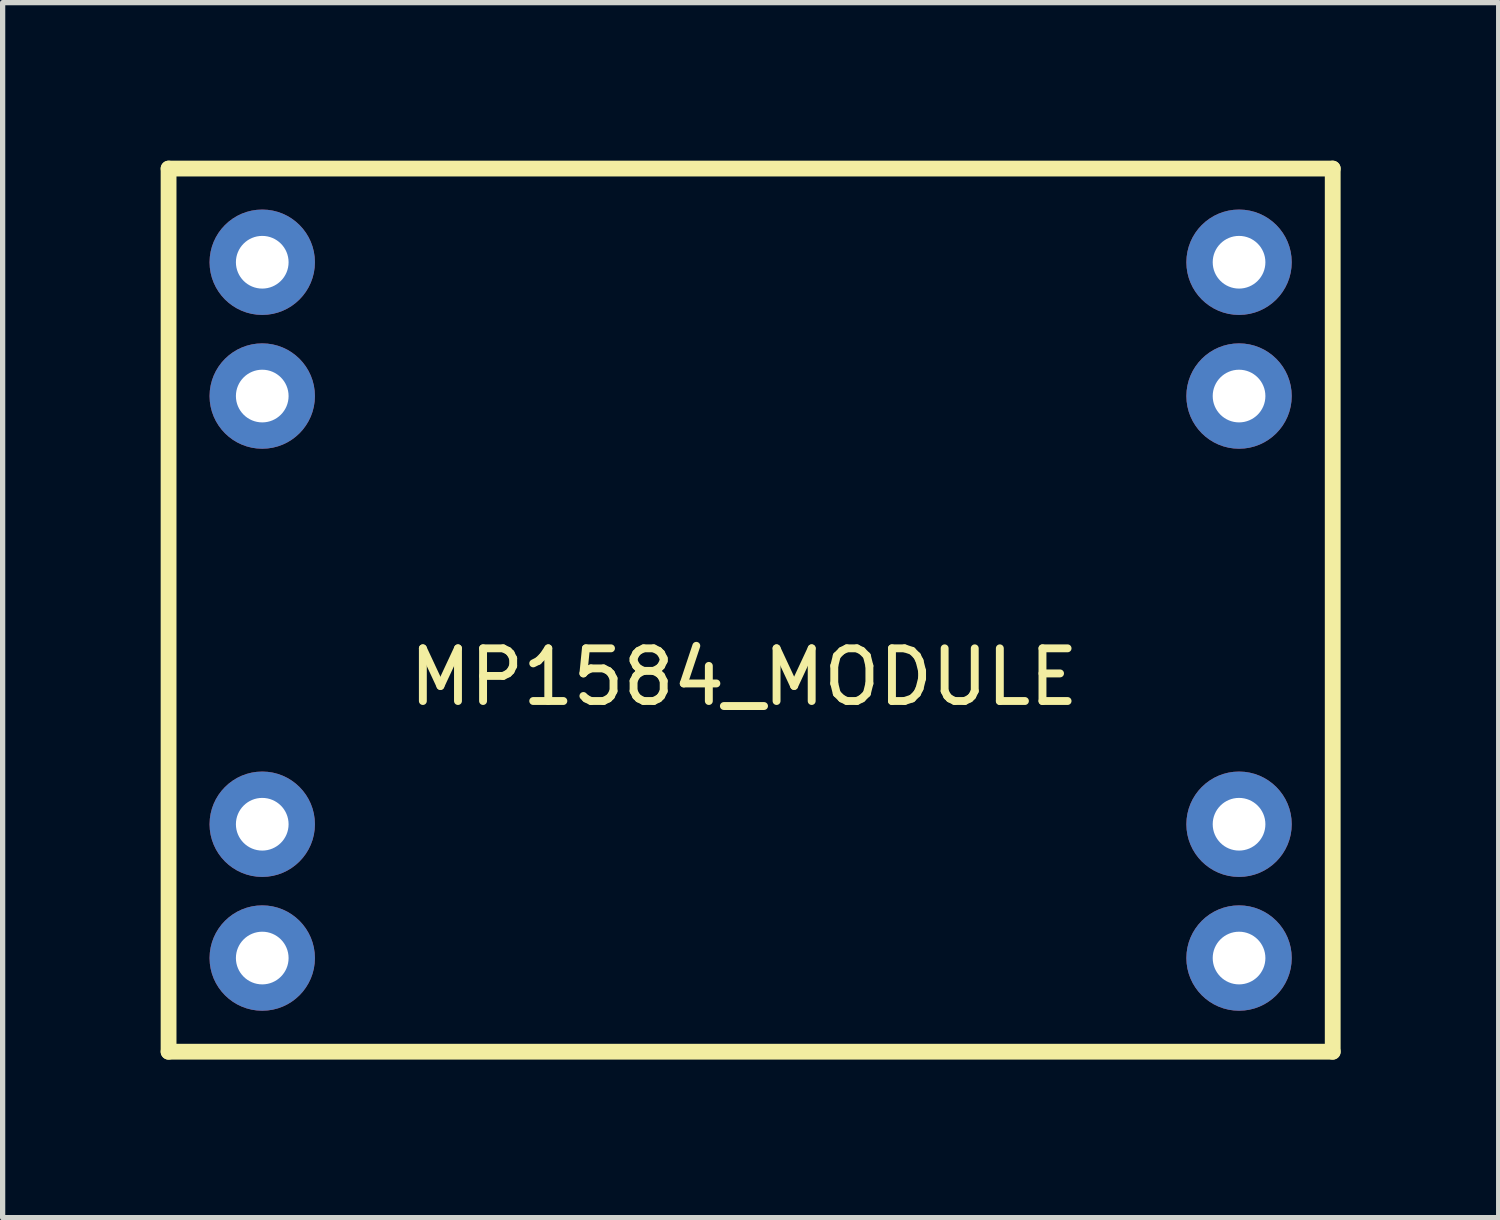
<source format=kicad_pcb>
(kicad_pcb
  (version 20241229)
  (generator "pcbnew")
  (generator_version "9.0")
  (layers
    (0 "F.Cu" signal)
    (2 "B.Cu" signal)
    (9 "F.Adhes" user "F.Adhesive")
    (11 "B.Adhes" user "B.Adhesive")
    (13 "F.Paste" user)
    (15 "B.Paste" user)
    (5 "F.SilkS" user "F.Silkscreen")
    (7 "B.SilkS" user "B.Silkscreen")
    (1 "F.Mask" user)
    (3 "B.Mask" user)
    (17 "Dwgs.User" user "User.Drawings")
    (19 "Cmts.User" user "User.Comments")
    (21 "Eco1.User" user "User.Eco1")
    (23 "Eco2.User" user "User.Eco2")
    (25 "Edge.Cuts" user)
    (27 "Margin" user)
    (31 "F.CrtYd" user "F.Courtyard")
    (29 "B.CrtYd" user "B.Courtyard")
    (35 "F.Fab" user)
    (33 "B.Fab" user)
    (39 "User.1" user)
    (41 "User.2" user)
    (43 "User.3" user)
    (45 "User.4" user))
  (footprint "MP1584_MODULE"
    (layer "F.Cu")
    (at 11.072 8.024)
    (property "Reference" "MP1584_MODULE" (at 0 1.778 0) (layer "F.SilkS") (effects (font (size 1 1) (thickness 0.15))))
    (attr through_hole)
    (fp_line (start -10.922 -7.874) (end -10.922 8.89) (stroke (width 0.3) (type solid)) (layer "F.SilkS"))
    (fp_line (start -10.922 8.89) (end 11.176 8.89) (stroke (width 0.3) (type solid)) (layer "F.SilkS"))
    (fp_line (start 11.176 -7.874) (end -10.922 -7.874) (stroke (width 0.3) (type solid)) (layer "F.SilkS"))
    (fp_line (start 11.176 8.89) (end 11.176 -7.874) (stroke (width 0.3) (type solid)) (layer "F.SilkS"))
    (pad "1" thru_hole circle (at -9.144 -6.096) (size 2 2) (drill 1) (layers "*.Cu" "*.Mask"))
    (pad "2" thru_hole circle (at -9.144 -3.556) (size 2 2) (drill 1) (layers "*.Cu" "*.Mask"))
    (pad "3" thru_hole circle (at -9.144 4.572) (size 2 2) (drill 1) (layers "*.Cu" "*.Mask"))
    (pad "4" thru_hole circle (at -9.144 7.112) (size 2 2) (drill 1) (layers "*.Cu" "*.Mask"))
    (pad "5" thru_hole circle (at 9.398 7.112) (size 2 2) (drill 1) (layers "*.Cu" "*.Mask"))
    (pad "6" thru_hole circle (at 9.398 4.572) (size 2 2) (drill 1) (layers "*.Cu" "*.Mask"))
    (pad "7" thru_hole circle (at 9.398 -3.556) (size 2 2) (drill 1) (layers "*.Cu" "*.Mask"))
    (pad "8" thru_hole circle (at 9.398 -6.096) (size 2 2) (drill 1) (layers "*.Cu" "*.Mask")))
  (gr_rect
    (start -3 -3)
    (end 25.398 20.064)
    (stroke (width 0.1) (type default))
    (fill no)
    (layer "Edge.Cuts")))
</source>
